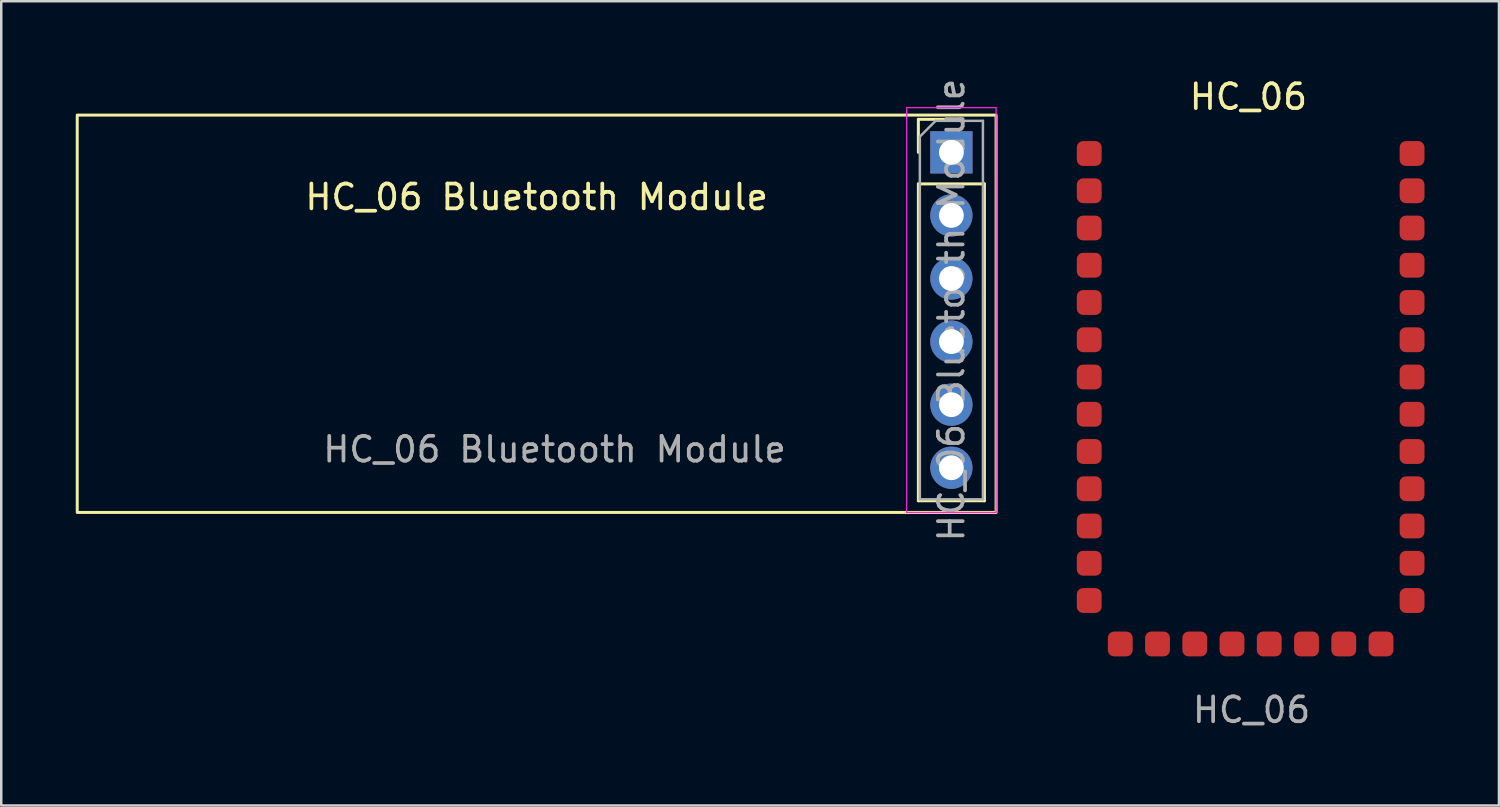
<source format=kicad_pcb>
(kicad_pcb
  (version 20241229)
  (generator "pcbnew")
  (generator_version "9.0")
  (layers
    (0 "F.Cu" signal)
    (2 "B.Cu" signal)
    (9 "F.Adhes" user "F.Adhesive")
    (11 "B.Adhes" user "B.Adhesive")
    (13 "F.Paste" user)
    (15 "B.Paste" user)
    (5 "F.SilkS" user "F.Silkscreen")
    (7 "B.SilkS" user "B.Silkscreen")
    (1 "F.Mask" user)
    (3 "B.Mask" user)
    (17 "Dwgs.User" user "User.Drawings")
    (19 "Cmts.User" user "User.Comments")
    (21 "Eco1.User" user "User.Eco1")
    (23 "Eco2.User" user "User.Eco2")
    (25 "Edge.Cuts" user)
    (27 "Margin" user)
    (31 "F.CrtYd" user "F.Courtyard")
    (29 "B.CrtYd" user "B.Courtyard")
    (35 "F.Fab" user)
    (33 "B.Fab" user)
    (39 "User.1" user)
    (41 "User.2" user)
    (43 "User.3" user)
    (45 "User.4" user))
  (footprint "HC_06 Bluetooth Module"
    (layer "F.Cu")
    (at 37.06 17.585)
    (property "Reference" "HC_06 Bluetooth Module" (at -18.5 -12.7 0) (unlocked yes) (layer "F.SilkS") (effects (font (size 1 1) (thickness 0.15))))
    (attr smd)
    (fp_line (start -3.13 -15.83) (end -1.8 -15.83) (stroke (width 0.12) (type solid)) (layer "F.SilkS"))
    (fp_line (start -3.13 -14.5) (end -3.13 -15.83) (stroke (width 0.12) (type solid)) (layer "F.SilkS"))
    (fp_line (start -3.13 -13.23) (end -3.13 -0.47) (stroke (width 0.12) (type solid)) (layer "F.SilkS"))
    (fp_line (start -3.13 -13.23) (end -0.47 -13.23) (stroke (width 0.12) (type solid)) (layer "F.SilkS"))
    (fp_line (start -3.13 -0.47) (end -0.47 -0.47) (stroke (width 0.12) (type solid)) (layer "F.SilkS"))
    (fp_line (start -0.47 -13.23) (end -0.47 -0.47) (stroke (width 0.12) (type solid)) (layer "F.SilkS"))
    (fp_rect (start 0 0) (end -37 -16) (stroke (width 0.12) (type solid)) (fill no) (layer "F.SilkS"))
    (fp_line (start -3.6 -16.3) (end -3.6 0) (stroke (width 0.05) (type solid)) (layer "F.CrtYd"))
    (fp_line (start -3.6 0) (end 0 0) (stroke (width 0.05) (type solid)) (layer "F.CrtYd"))
    (fp_line (start 0 -16.3) (end -3.6 -16.3) (stroke (width 0.05) (type solid)) (layer "F.CrtYd"))
    (fp_line (start 0 0) (end 0 -16.3) (stroke (width 0.05) (type solid)) (layer "F.CrtYd"))
    (fp_line (start -3.07 -15.135) (end -2.435 -15.77) (stroke (width 0.1) (type solid)) (layer "F.Fab"))
    (fp_line (start -3.07 -0.53) (end -3.07 -15.135) (stroke (width 0.1) (type solid)) (layer "F.Fab"))
    (fp_line (start -2.435 -15.77) (end -0.53 -15.77) (stroke (width 0.1) (type solid)) (layer "F.Fab"))
    (fp_line (start -0.53 -15.77) (end -0.53 -0.53) (stroke (width 0.1) (type solid)) (layer "F.Fab"))
    (fp_line (start -0.53 -0.53) (end -3.07 -0.53) (stroke (width 0.1) (type solid)) (layer "F.Fab"))
    (fp_text user "${REFERENCE}" (at -1.8 -8.15 90) (layer "F.Fab") (effects (font (size 1 1) (thickness 0.15))))
    (fp_text user "${REFERENCE}" (at -17.78 -2.54 0) (unlocked yes) (layer "F.Fab") (effects (font (size 1 1) (thickness 0.15))))
    (pad "1" thru_hole rect (at -1.8 -14.5) (size 1.7 1.7) (drill 1) (layers "*.Cu" "*.Mask"))
    (pad "2" thru_hole oval (at -1.8 -11.96) (size 1.7 1.7) (drill 1) (layers "*.Cu" "*.Mask"))
    (pad "3" thru_hole oval (at -1.8 -9.42) (size 1.7 1.7) (drill 1) (layers "*.Cu" "*.Mask"))
    (pad "4" thru_hole oval (at -1.8 -6.88) (size 1.7 1.7) (drill 1) (layers "*.Cu" "*.Mask"))
    (pad "5" thru_hole oval (at -1.8 -4.34) (size 1.7 1.7) (drill 1) (layers "*.Cu" "*.Mask"))
    (pad "6" thru_hole oval (at -1.8 -1.8) (size 1.7 1.7) (drill 1) (layers "*.Cu" "*.Mask")))
  (footprint "HC_06"
    (layer "F.Cu")
    (at 42.06 22.881)
    (property "Reference" "HC_06" (at 5.16 -22.033 0) (unlocked yes) (layer "F.SilkS") (effects (font (size 1 1) (thickness 0.15))))
    (attr smd)
    (fp_text user "${REFERENCE}" (at 5.287 2.656 0) (unlocked yes) (layer "F.Fab") (effects (font (size 1 1) (thickness 0.15))))
    (pad "1" smd roundrect (at -1.25 -19.75 90) (size 1 1) (layers "F.Cu" "F.Mask" "F.Paste") (roundrect_rratio 0.25))
    (pad "2" smd roundrect (at -1.25 -18.25 90) (size 1 1) (layers "F.Cu" "F.Mask" "F.Paste") (roundrect_rratio 0.25))
    (pad "3" smd roundrect (at -1.25 -16.75 90) (size 1 1) (layers "F.Cu" "F.Mask" "F.Paste") (roundrect_rratio 0.25))
    (pad "4" smd roundrect (at -1.25 -15.25 90) (size 1 1) (layers "F.Cu" "F.Mask" "F.Paste") (roundrect_rratio 0.25))
    (pad "5" smd roundrect (at -1.25 -13.75 90) (size 1 1) (layers "F.Cu" "F.Mask" "F.Paste") (roundrect_rratio 0.25))
    (pad "6" smd roundrect (at -1.25 -12.25 90) (size 1 1) (layers "F.Cu" "F.Mask" "F.Paste") (roundrect_rratio 0.25))
    (pad "7" smd roundrect (at -1.25 -10.75 90) (size 1 1) (layers "F.Cu" "F.Mask" "F.Paste") (roundrect_rratio 0.25))
    (pad "8" smd roundrect (at -1.25 -9.25 90) (size 1 1) (layers "F.Cu" "F.Mask" "F.Paste") (roundrect_rratio 0.25))
    (pad "9" smd roundrect (at -1.25 -7.75 90) (size 1 1) (layers "F.Cu" "F.Mask" "F.Paste") (roundrect_rratio 0.25))
    (pad "10" smd roundrect (at -1.25 -6.25 90) (size 1 1) (layers "F.Cu" "F.Mask" "F.Paste") (roundrect_rratio 0.25))
    (pad "11" smd roundrect (at -1.25 -4.75 90) (size 1 1) (layers "F.Cu" "F.Mask" "F.Paste") (roundrect_rratio 0.25))
    (pad "12" smd roundrect (at -1.25 -3.25 90) (size 1 1) (layers "F.Cu" "F.Mask" "F.Paste") (roundrect_rratio 0.25))
    (pad "13" smd roundrect (at -1.25 -1.75 90) (size 1 1) (layers "F.Cu" "F.Mask" "F.Paste") (roundrect_rratio 0.25))
    (pad "14" smd roundrect (at 0 0) (size 1 1) (layers "F.Cu" "F.Mask" "F.Paste") (roundrect_rratio 0.25))
    (pad "15" smd roundrect (at 1.5 0) (size 1 1) (layers "F.Cu" "F.Mask" "F.Paste") (roundrect_rratio 0.25))
    (pad "16" smd roundrect (at 3 0) (size 1 1) (layers "F.Cu" "F.Mask" "F.Paste") (roundrect_rratio 0.25))
    (pad "17" smd roundrect (at 4.5 0) (size 1 1) (layers "F.Cu" "F.Mask" "F.Paste") (roundrect_rratio 0.25))
    (pad "18" smd roundrect (at 6 0) (size 1 1) (layers "F.Cu" "F.Mask" "F.Paste") (roundrect_rratio 0.25))
    (pad "19" smd roundrect (at 7.5 0) (size 1 1) (layers "F.Cu" "F.Mask" "F.Paste") (roundrect_rratio 0.25))
    (pad "20" smd roundrect (at 9 0) (size 1 1) (layers "F.Cu" "F.Mask" "F.Paste") (roundrect_rratio 0.25))
    (pad "21" smd roundrect (at 10.5 0) (size 1 1) (layers "F.Cu" "F.Mask" "F.Paste") (roundrect_rratio 0.25))
    (pad "22" smd roundrect (at 11.75 -1.75 90) (size 1 1) (layers "F.Cu" "F.Mask" "F.Paste") (roundrect_rratio 0.25))
    (pad "23" smd roundrect (at 11.75 -3.25 90) (size 1 1) (layers "F.Cu" "F.Mask" "F.Paste") (roundrect_rratio 0.25))
    (pad "24" smd roundrect (at 11.75 -4.75 90) (size 1 1) (layers "F.Cu" "F.Mask" "F.Paste") (roundrect_rratio 0.25))
    (pad "25" smd roundrect (at 11.75 -6.25 90) (size 1 1) (layers "F.Cu" "F.Mask" "F.Paste") (roundrect_rratio 0.25))
    (pad "26" smd roundrect (at 11.75 -7.75 90) (size 1 1) (layers "F.Cu" "F.Mask" "F.Paste") (roundrect_rratio 0.25))
    (pad "27" smd roundrect (at 11.75 -9.25 90) (size 1 1) (layers "F.Cu" "F.Mask" "F.Paste") (roundrect_rratio 0.25))
    (pad "28" smd roundrect (at 11.75 -10.75 90) (size 1 1) (layers "F.Cu" "F.Mask" "F.Paste") (roundrect_rratio 0.25))
    (pad "29" smd roundrect (at 11.75 -12.25 90) (size 1 1) (layers "F.Cu" "F.Mask" "F.Paste") (roundrect_rratio 0.25))
    (pad "30" smd roundrect (at 11.75 -13.75 90) (size 1 1) (layers "F.Cu" "F.Mask" "F.Paste") (roundrect_rratio 0.25))
    (pad "31" smd roundrect (at 11.75 -15.25 90) (size 1 1) (layers "F.Cu" "F.Mask" "F.Paste") (roundrect_rratio 0.25))
    (pad "32" smd roundrect (at 11.75 -16.75 90) (size 1 1) (layers "F.Cu" "F.Mask" "F.Paste") (roundrect_rratio 0.25))
    (pad "33" smd roundrect (at 11.75 -18.25 90) (size 1 1) (layers "F.Cu" "F.Mask" "F.Paste") (roundrect_rratio 0.25))
    (pad "34" smd roundrect (at 11.75 -19.75 90) (size 1 1) (layers "F.Cu" "F.Mask" "F.Paste") (roundrect_rratio 0.25)))
  (gr_rect
    (start -3 -3)
    (end 57.31 29.386)
    (stroke (width 0.1) (type default))
    (fill no)
    (layer "Edge.Cuts")))
</source>
